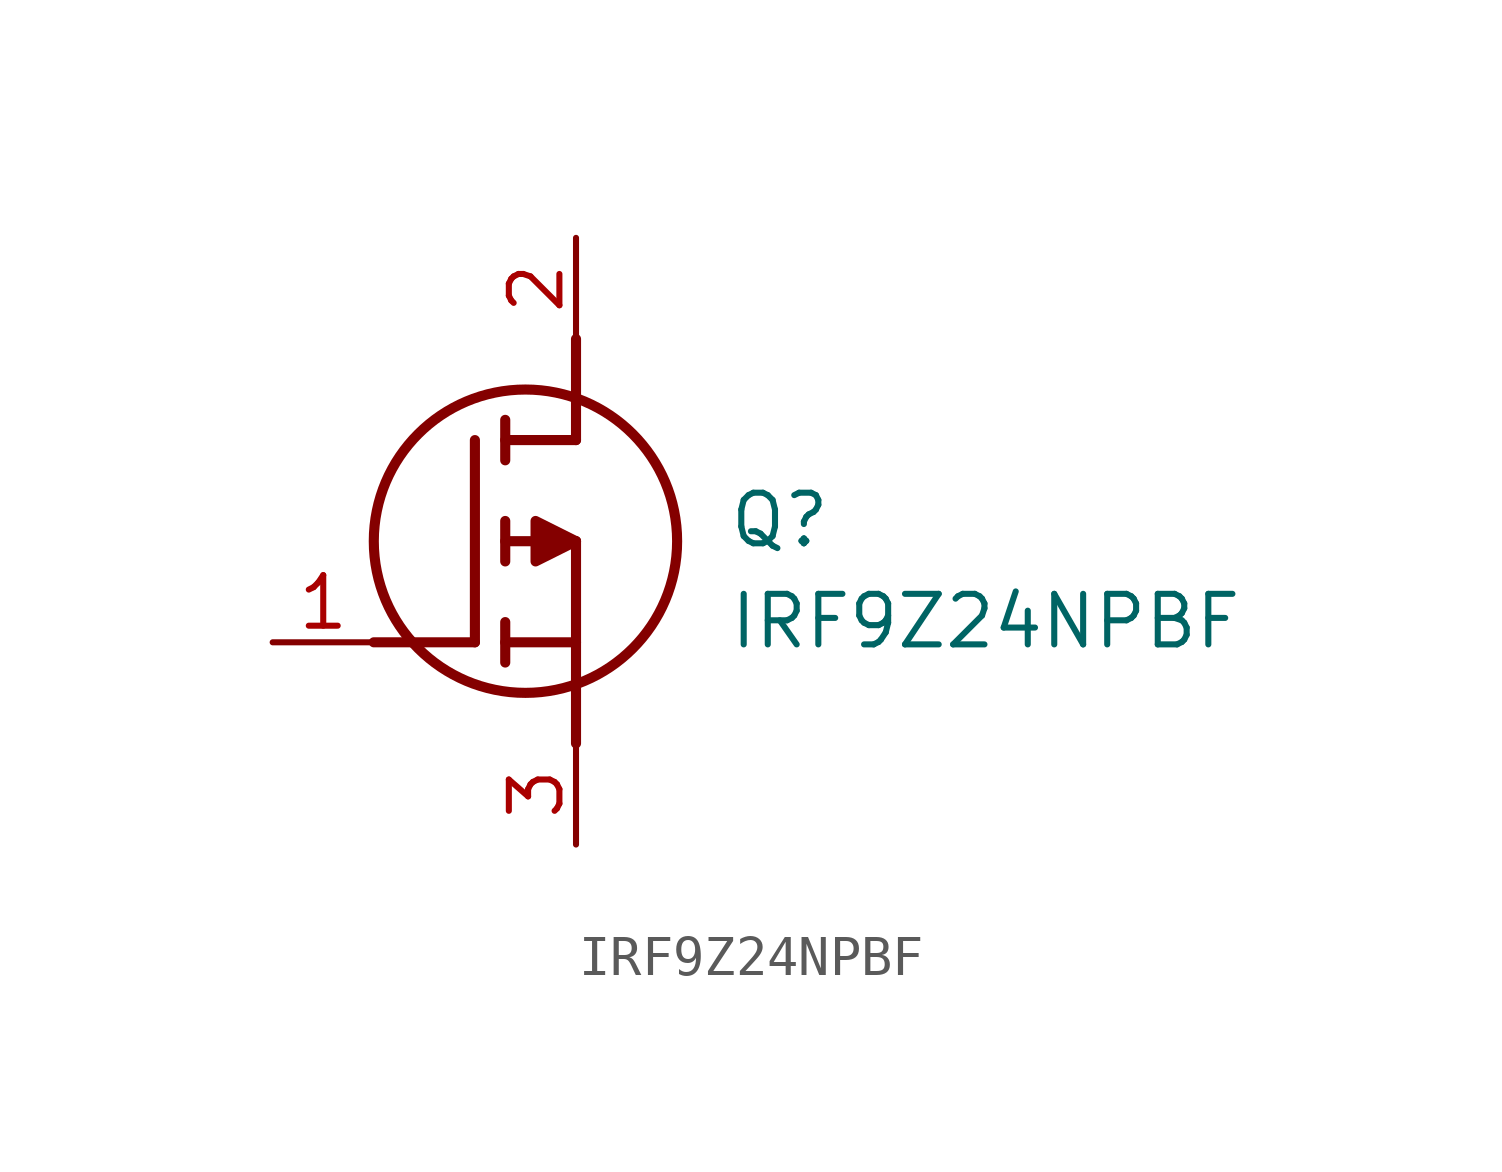
<source format=kicad_sym>
(kicad_symbol_lib
  (version 20211014)
  (generator SamacSys_ECAD_Model)
  (symbol "IRF9Z24NPBF"
    (pin_names hide)
    (property "Reference" "Q"
      (at 11.43 3.81 0)
      (effects (font (size 1.27 1.27)) (justify left top)))
    (property "Value" "IRF9Z24NPBF"
      (at 11.43 1.27 0)
      (effects (font (size 1.27 1.27)) (justify left top)))
    (polyline
      (pts (xy 7.62 2.54) (xy 7.62 -2.54))
      (stroke (width 0.254) (type default))
      (fill (type none)))
    (polyline
      (pts (xy 7.62 5.08) (xy 7.62 7.62))
      (stroke (width 0.254) (type default))
      (fill (type none)))
    (polyline
      (pts (xy 2.54 0) (xy 5.08 0))
      (stroke (width 0.254) (type default))
      (fill (type none)))
    (polyline
      (pts (xy 5.08 5.08) (xy 5.08 0))
      (stroke (width 0.254) (type default))
      (fill (type none)))
    (polyline
      (pts (xy 7.62 2.54) (xy 5.842 2.54))
      (stroke (width 0.254) (type default))
      (fill (type none)))
    (polyline
      (pts (xy 7.62 5.08) (xy 5.842 5.08))
      (stroke (width 0.254) (type default))
      (fill (type none)))
    (polyline
      (pts (xy 5.842 0) (xy 7.62 0))
      (stroke (width 0.254) (type default))
      (fill (type none)))
    (polyline
      (pts (xy 5.842 5.588) (xy 5.842 4.572))
      (stroke (width 0.254) (type default))
      (fill (type none)))
    (polyline
      (pts (xy 5.842 -0.508) (xy 5.842 0.508))
      (stroke (width 0.254) (type default))
      (fill (type none)))
    (polyline
      (pts (xy 5.842 2.032) (xy 5.842 3.048))
      (stroke (width 0.254) (type default))
      (fill (type none)))
    (circle
      (center 6.35 2.54)
      (radius 3.81)
      (stroke (width 0.254) (type default))
      (fill (type none)))
    (polyline
      (pts (xy 7.62 2.54) (xy 6.604 3.048) (xy 6.604 2.032) (xy 7.62 2.54))
      (stroke (width 0.254) (type default))
      (fill (type outline)))
    (pin passive line
      (at 0 0 0)
      (length 2.54)
      (name "G" (effects (font (size 1.27 1.27))))
      (number "1" (effects (font (size 1.27 1.27)))))
    (pin passive line
      (at 7.62 10.16 270)
      (length 2.54)
      (name "D" (effects (font (size 1.27 1.27))))
      (number "2" (effects (font (size 1.27 1.27)))))
    (pin passive line
      (at 7.62 -5.08 90)
      (length 2.54)
      (name "S" (effects (font (size 1.27 1.27))))
      (number "3" (effects (font (size 1.27 1.27)))))))
</source>
